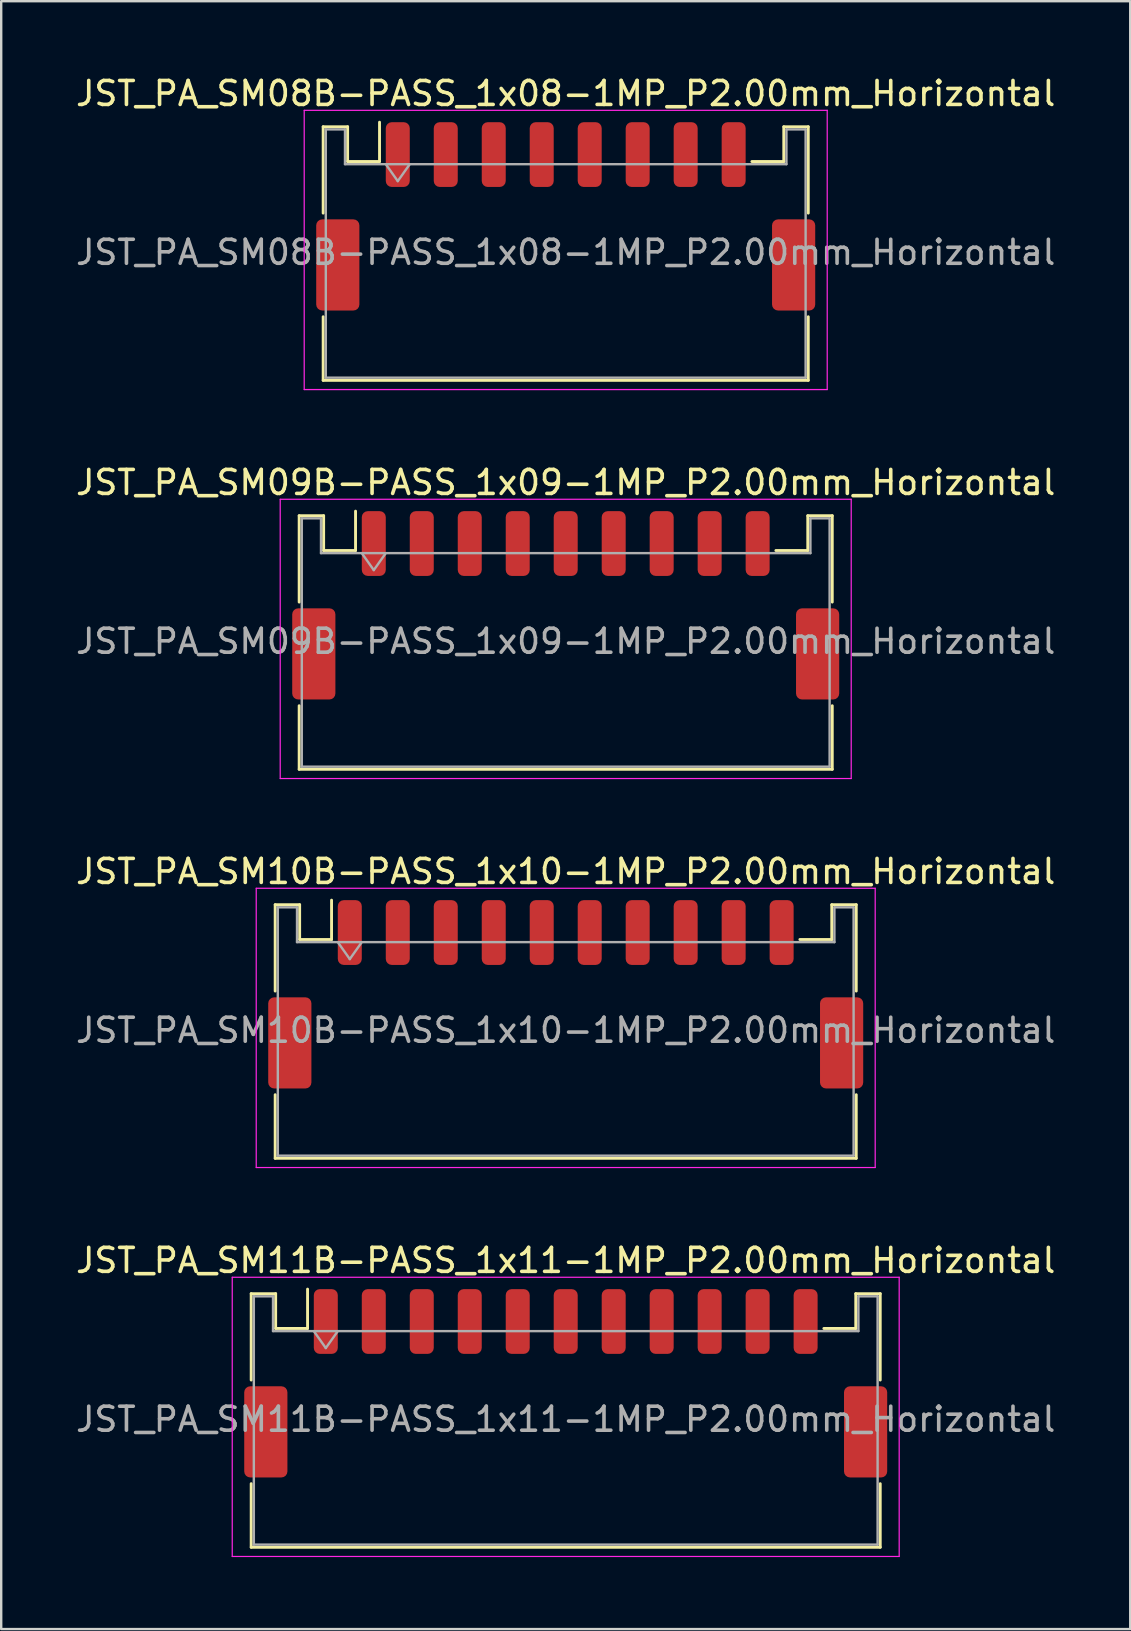
<source format=kicad_pcb>
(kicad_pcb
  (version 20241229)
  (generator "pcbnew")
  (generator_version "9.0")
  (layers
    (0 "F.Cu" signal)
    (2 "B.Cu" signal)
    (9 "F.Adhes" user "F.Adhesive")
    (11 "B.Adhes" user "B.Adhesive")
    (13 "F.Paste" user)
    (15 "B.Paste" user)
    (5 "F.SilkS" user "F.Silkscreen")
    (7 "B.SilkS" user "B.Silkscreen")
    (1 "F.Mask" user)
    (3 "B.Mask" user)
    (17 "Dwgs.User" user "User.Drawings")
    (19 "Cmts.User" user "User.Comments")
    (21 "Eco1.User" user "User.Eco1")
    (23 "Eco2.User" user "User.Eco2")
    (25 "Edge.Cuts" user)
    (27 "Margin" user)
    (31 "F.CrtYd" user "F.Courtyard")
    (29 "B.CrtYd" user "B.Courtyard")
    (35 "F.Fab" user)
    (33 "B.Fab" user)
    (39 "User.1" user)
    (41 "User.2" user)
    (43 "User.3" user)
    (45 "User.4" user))
  (footprint "JST_PA_SM08B-PASS_1x08-1MP_P2.00mm_Horizontal"
    (layer "F.Cu")
    (at 20.53 5.968)
    (property "Reference" "JST_PA_SM08B-PASS_1x08-1MP_P2.00mm_Horizontal" (at 0 -5.12 0) (layer "F.SilkS") (effects (font (size 1 1) (thickness 0.15))))
    (attr smd)
    (fp_line (start -10.11 -3.735) (end -9.09 -3.735) (stroke (width 0.12) (type solid)) (layer "F.SilkS"))
    (fp_line (start -10.11 -0.135) (end -10.11 -3.735) (stroke (width 0.12) (type solid)) (layer "F.SilkS"))
    (fp_line (start -10.11 4.185) (end -10.11 6.835) (stroke (width 0.12) (type solid)) (layer "F.SilkS"))
    (fp_line (start -10.11 6.835) (end 10.11 6.835) (stroke (width 0.12) (type solid)) (layer "F.SilkS"))
    (fp_line (start -9.09 -3.735) (end -9.09 -2.285) (stroke (width 0.12) (type solid)) (layer "F.SilkS"))
    (fp_line (start -9.09 -2.285) (end -7.76 -2.285) (stroke (width 0.12) (type solid)) (layer "F.SilkS"))
    (fp_line (start -7.76 -2.285) (end -7.76 -3.925) (stroke (width 0.12) (type solid)) (layer "F.SilkS"))
    (fp_line (start 9.09 -3.735) (end 9.09 -2.285) (stroke (width 0.12) (type solid)) (layer "F.SilkS"))
    (fp_line (start 9.09 -2.285) (end 7.76 -2.285) (stroke (width 0.12) (type solid)) (layer "F.SilkS"))
    (fp_line (start 10.11 -3.735) (end 9.09 -3.735) (stroke (width 0.12) (type solid)) (layer "F.SilkS"))
    (fp_line (start 10.11 -0.135) (end 10.11 -3.735) (stroke (width 0.12) (type solid)) (layer "F.SilkS"))
    (fp_line (start 10.11 6.835) (end 10.11 4.185) (stroke (width 0.12) (type solid)) (layer "F.SilkS"))
    (fp_line (start -10.9 -4.42) (end -10.9 7.22) (stroke (width 0.05) (type solid)) (layer "F.CrtYd"))
    (fp_line (start -10.9 7.22) (end 10.9 7.22) (stroke (width 0.05) (type solid)) (layer "F.CrtYd"))
    (fp_line (start 10.9 -4.42) (end -10.9 -4.42) (stroke (width 0.05) (type solid)) (layer "F.CrtYd"))
    (fp_line (start 10.9 7.22) (end 10.9 -4.42) (stroke (width 0.05) (type solid)) (layer "F.CrtYd"))
    (fp_line (start -10 -3.625) (end -10 6.725) (stroke (width 0.1) (type solid)) (layer "F.Fab"))
    (fp_line (start -10 -3.625) (end -9.2 -3.625) (stroke (width 0.1) (type solid)) (layer "F.Fab"))
    (fp_line (start -10 6.725) (end 10 6.725) (stroke (width 0.1) (type solid)) (layer "F.Fab"))
    (fp_line (start -9.2 -3.625) (end -9.2 -2.175) (stroke (width 0.1) (type solid)) (layer "F.Fab"))
    (fp_line (start -9.2 -2.175) (end 9.2 -2.175) (stroke (width 0.1) (type solid)) (layer "F.Fab"))
    (fp_line (start -7.5 -2.175) (end -7 -1.468) (stroke (width 0.1) (type solid)) (layer "F.Fab"))
    (fp_line (start -7 -1.468) (end -6.5 -2.175) (stroke (width 0.1) (type solid)) (layer "F.Fab"))
    (fp_line (start 9.2 -3.625) (end 10 -3.625) (stroke (width 0.1) (type solid)) (layer "F.Fab"))
    (fp_line (start 9.2 -2.175) (end 9.2 -3.625) (stroke (width 0.1) (type solid)) (layer "F.Fab"))
    (fp_line (start 10 -3.625) (end 10 6.725) (stroke (width 0.1) (type solid)) (layer "F.Fab"))
    (fp_text user "${REFERENCE}" (at 0 1.5 0) (layer "F.Fab") (effects (font (size 1 1) (thickness 0.15))))
    (pad "1" smd roundrect (at -7 -2.575) (size 1 2.7) (layers "F.Cu" "F.Mask" "F.Paste") (roundrect_rratio 0.25))
    (pad "2" smd roundrect (at -5 -2.575) (size 1 2.7) (layers "F.Cu" "F.Mask" "F.Paste") (roundrect_rratio 0.25))
    (pad "3" smd roundrect (at -3 -2.575) (size 1 2.7) (layers "F.Cu" "F.Mask" "F.Paste") (roundrect_rratio 0.25))
    (pad "4" smd roundrect (at -1 -2.575) (size 1 2.7) (layers "F.Cu" "F.Mask" "F.Paste") (roundrect_rratio 0.25))
    (pad "5" smd roundrect (at 1 -2.575) (size 1 2.7) (layers "F.Cu" "F.Mask" "F.Paste") (roundrect_rratio 0.25))
    (pad "6" smd roundrect (at 3 -2.575) (size 1 2.7) (layers "F.Cu" "F.Mask" "F.Paste") (roundrect_rratio 0.25))
    (pad "7" smd roundrect (at 5 -2.575) (size 1 2.7) (layers "F.Cu" "F.Mask" "F.Paste") (roundrect_rratio 0.25))
    (pad "8" smd roundrect (at 7 -2.575) (size 1 2.7) (layers "F.Cu" "F.Mask" "F.Paste") (roundrect_rratio 0.25))
    (pad "MP" smd roundrect (at -9.5 2.025) (size 1.8 3.8) (layers "F.Cu" "F.Mask" "F.Paste") (roundrect_rratio 0.139))
    (pad "MP" smd roundrect (at 9.5 2.025) (size 1.8 3.8) (layers "F.Cu" "F.Mask" "F.Paste") (roundrect_rratio 0.139)))
  (footprint "JST_PA_SM10B-PASS_1x10-1MP_P2.00mm_Horizontal"
    (layer "F.Cu")
    (at 20.53 38.395)
    (property "Reference" "JST_PA_SM10B-PASS_1x10-1MP_P2.00mm_Horizontal" (at 0 -5.12 0) (layer "F.SilkS") (effects (font (size 1 1) (thickness 0.15))))
    (attr smd)
    (fp_line (start -12.11 -3.735) (end -11.09 -3.735) (stroke (width 0.12) (type solid)) (layer "F.SilkS"))
    (fp_line (start -12.11 -0.135) (end -12.11 -3.735) (stroke (width 0.12) (type solid)) (layer "F.SilkS"))
    (fp_line (start -12.11 4.185) (end -12.11 6.835) (stroke (width 0.12) (type solid)) (layer "F.SilkS"))
    (fp_line (start -12.11 6.835) (end 12.11 6.835) (stroke (width 0.12) (type solid)) (layer "F.SilkS"))
    (fp_line (start -11.09 -3.735) (end -11.09 -2.285) (stroke (width 0.12) (type solid)) (layer "F.SilkS"))
    (fp_line (start -11.09 -2.285) (end -9.76 -2.285) (stroke (width 0.12) (type solid)) (layer "F.SilkS"))
    (fp_line (start -9.76 -2.285) (end -9.76 -3.925) (stroke (width 0.12) (type solid)) (layer "F.SilkS"))
    (fp_line (start 11.09 -3.735) (end 11.09 -2.285) (stroke (width 0.12) (type solid)) (layer "F.SilkS"))
    (fp_line (start 11.09 -2.285) (end 9.76 -2.285) (stroke (width 0.12) (type solid)) (layer "F.SilkS"))
    (fp_line (start 12.11 -3.735) (end 11.09 -3.735) (stroke (width 0.12) (type solid)) (layer "F.SilkS"))
    (fp_line (start 12.11 -0.135) (end 12.11 -3.735) (stroke (width 0.12) (type solid)) (layer "F.SilkS"))
    (fp_line (start 12.11 6.835) (end 12.11 4.185) (stroke (width 0.12) (type solid)) (layer "F.SilkS"))
    (fp_line (start -12.9 -4.42) (end -12.9 7.22) (stroke (width 0.05) (type solid)) (layer "F.CrtYd"))
    (fp_line (start -12.9 7.22) (end 12.9 7.22) (stroke (width 0.05) (type solid)) (layer "F.CrtYd"))
    (fp_line (start 12.9 -4.42) (end -12.9 -4.42) (stroke (width 0.05) (type solid)) (layer "F.CrtYd"))
    (fp_line (start 12.9 7.22) (end 12.9 -4.42) (stroke (width 0.05) (type solid)) (layer "F.CrtYd"))
    (fp_line (start -12 -3.625) (end -12 6.725) (stroke (width 0.1) (type solid)) (layer "F.Fab"))
    (fp_line (start -12 -3.625) (end -11.2 -3.625) (stroke (width 0.1) (type solid)) (layer "F.Fab"))
    (fp_line (start -12 6.725) (end 12 6.725) (stroke (width 0.1) (type solid)) (layer "F.Fab"))
    (fp_line (start -11.2 -3.625) (end -11.2 -2.175) (stroke (width 0.1) (type solid)) (layer "F.Fab"))
    (fp_line (start -11.2 -2.175) (end 11.2 -2.175) (stroke (width 0.1) (type solid)) (layer "F.Fab"))
    (fp_line (start -9.5 -2.175) (end -9 -1.468) (stroke (width 0.1) (type solid)) (layer "F.Fab"))
    (fp_line (start -9 -1.468) (end -8.5 -2.175) (stroke (width 0.1) (type solid)) (layer "F.Fab"))
    (fp_line (start 11.2 -3.625) (end 12 -3.625) (stroke (width 0.1) (type solid)) (layer "F.Fab"))
    (fp_line (start 11.2 -2.175) (end 11.2 -3.625) (stroke (width 0.1) (type solid)) (layer "F.Fab"))
    (fp_line (start 12 -3.625) (end 12 6.725) (stroke (width 0.1) (type solid)) (layer "F.Fab"))
    (fp_text user "${REFERENCE}" (at 0 1.5 0) (layer "F.Fab") (effects (font (size 1 1) (thickness 0.15))))
    (pad "1" smd roundrect (at -9 -2.575) (size 1 2.7) (layers "F.Cu" "F.Mask" "F.Paste") (roundrect_rratio 0.25))
    (pad "2" smd roundrect (at -7 -2.575) (size 1 2.7) (layers "F.Cu" "F.Mask" "F.Paste") (roundrect_rratio 0.25))
    (pad "3" smd roundrect (at -5 -2.575) (size 1 2.7) (layers "F.Cu" "F.Mask" "F.Paste") (roundrect_rratio 0.25))
    (pad "4" smd roundrect (at -3 -2.575) (size 1 2.7) (layers "F.Cu" "F.Mask" "F.Paste") (roundrect_rratio 0.25))
    (pad "5" smd roundrect (at -1 -2.575) (size 1 2.7) (layers "F.Cu" "F.Mask" "F.Paste") (roundrect_rratio 0.25))
    (pad "6" smd roundrect (at 1 -2.575) (size 1 2.7) (layers "F.Cu" "F.Mask" "F.Paste") (roundrect_rratio 0.25))
    (pad "7" smd roundrect (at 3 -2.575) (size 1 2.7) (layers "F.Cu" "F.Mask" "F.Paste") (roundrect_rratio 0.25))
    (pad "8" smd roundrect (at 5 -2.575) (size 1 2.7) (layers "F.Cu" "F.Mask" "F.Paste") (roundrect_rratio 0.25))
    (pad "9" smd roundrect (at 7 -2.575) (size 1 2.7) (layers "F.Cu" "F.Mask" "F.Paste") (roundrect_rratio 0.25))
    (pad "10" smd roundrect (at 9 -2.575) (size 1 2.7) (layers "F.Cu" "F.Mask" "F.Paste") (roundrect_rratio 0.25))
    (pad "MP" smd roundrect (at -11.5 2.025) (size 1.8 3.8) (layers "F.Cu" "F.Mask" "F.Paste") (roundrect_rratio 0.139))
    (pad "MP" smd roundrect (at 11.5 2.025) (size 1.8 3.8) (layers "F.Cu" "F.Mask" "F.Paste") (roundrect_rratio 0.139)))
  (footprint "JST_PA_SM11B-PASS_1x11-1MP_P2.00mm_Horizontal"
    (layer "F.Cu")
    (at 20.53 54.608)
    (property "Reference" "JST_PA_SM11B-PASS_1x11-1MP_P2.00mm_Horizontal" (at 0 -5.12 0) (layer "F.SilkS") (effects (font (size 1 1) (thickness 0.15))))
    (attr smd)
    (fp_line (start -13.11 -3.735) (end -12.09 -3.735) (stroke (width 0.12) (type solid)) (layer "F.SilkS"))
    (fp_line (start -13.11 -0.135) (end -13.11 -3.735) (stroke (width 0.12) (type solid)) (layer "F.SilkS"))
    (fp_line (start -13.11 4.185) (end -13.11 6.835) (stroke (width 0.12) (type solid)) (layer "F.SilkS"))
    (fp_line (start -13.11 6.835) (end 13.11 6.835) (stroke (width 0.12) (type solid)) (layer "F.SilkS"))
    (fp_line (start -12.09 -3.735) (end -12.09 -2.285) (stroke (width 0.12) (type solid)) (layer "F.SilkS"))
    (fp_line (start -12.09 -2.285) (end -10.76 -2.285) (stroke (width 0.12) (type solid)) (layer "F.SilkS"))
    (fp_line (start -10.76 -2.285) (end -10.76 -3.925) (stroke (width 0.12) (type solid)) (layer "F.SilkS"))
    (fp_line (start 12.09 -3.735) (end 12.09 -2.285) (stroke (width 0.12) (type solid)) (layer "F.SilkS"))
    (fp_line (start 12.09 -2.285) (end 10.76 -2.285) (stroke (width 0.12) (type solid)) (layer "F.SilkS"))
    (fp_line (start 13.11 -3.735) (end 12.09 -3.735) (stroke (width 0.12) (type solid)) (layer "F.SilkS"))
    (fp_line (start 13.11 -0.135) (end 13.11 -3.735) (stroke (width 0.12) (type solid)) (layer "F.SilkS"))
    (fp_line (start 13.11 6.835) (end 13.11 4.185) (stroke (width 0.12) (type solid)) (layer "F.SilkS"))
    (fp_line (start -13.9 -4.42) (end -13.9 7.22) (stroke (width 0.05) (type solid)) (layer "F.CrtYd"))
    (fp_line (start -13.9 7.22) (end 13.9 7.22) (stroke (width 0.05) (type solid)) (layer "F.CrtYd"))
    (fp_line (start 13.9 -4.42) (end -13.9 -4.42) (stroke (width 0.05) (type solid)) (layer "F.CrtYd"))
    (fp_line (start 13.9 7.22) (end 13.9 -4.42) (stroke (width 0.05) (type solid)) (layer "F.CrtYd"))
    (fp_line (start -13 -3.625) (end -13 6.725) (stroke (width 0.1) (type solid)) (layer "F.Fab"))
    (fp_line (start -13 -3.625) (end -12.2 -3.625) (stroke (width 0.1) (type solid)) (layer "F.Fab"))
    (fp_line (start -13 6.725) (end 13 6.725) (stroke (width 0.1) (type solid)) (layer "F.Fab"))
    (fp_line (start -12.2 -3.625) (end -12.2 -2.175) (stroke (width 0.1) (type solid)) (layer "F.Fab"))
    (fp_line (start -12.2 -2.175) (end 12.2 -2.175) (stroke (width 0.1) (type solid)) (layer "F.Fab"))
    (fp_line (start -10.5 -2.175) (end -10 -1.468) (stroke (width 0.1) (type solid)) (layer "F.Fab"))
    (fp_line (start -10 -1.468) (end -9.5 -2.175) (stroke (width 0.1) (type solid)) (layer "F.Fab"))
    (fp_line (start 12.2 -3.625) (end 13 -3.625) (stroke (width 0.1) (type solid)) (layer "F.Fab"))
    (fp_line (start 12.2 -2.175) (end 12.2 -3.625) (stroke (width 0.1) (type solid)) (layer "F.Fab"))
    (fp_line (start 13 -3.625) (end 13 6.725) (stroke (width 0.1) (type solid)) (layer "F.Fab"))
    (fp_text user "${REFERENCE}" (at 0 1.5 0) (layer "F.Fab") (effects (font (size 1 1) (thickness 0.15))))
    (pad "1" smd roundrect (at -10 -2.575) (size 1 2.7) (layers "F.Cu" "F.Mask" "F.Paste") (roundrect_rratio 0.25))
    (pad "2" smd roundrect (at -8 -2.575) (size 1 2.7) (layers "F.Cu" "F.Mask" "F.Paste") (roundrect_rratio 0.25))
    (pad "3" smd roundrect (at -6 -2.575) (size 1 2.7) (layers "F.Cu" "F.Mask" "F.Paste") (roundrect_rratio 0.25))
    (pad "4" smd roundrect (at -4 -2.575) (size 1 2.7) (layers "F.Cu" "F.Mask" "F.Paste") (roundrect_rratio 0.25))
    (pad "5" smd roundrect (at -2 -2.575) (size 1 2.7) (layers "F.Cu" "F.Mask" "F.Paste") (roundrect_rratio 0.25))
    (pad "6" smd roundrect (at 0 -2.575) (size 1 2.7) (layers "F.Cu" "F.Mask" "F.Paste") (roundrect_rratio 0.25))
    (pad "7" smd roundrect (at 2 -2.575) (size 1 2.7) (layers "F.Cu" "F.Mask" "F.Paste") (roundrect_rratio 0.25))
    (pad "8" smd roundrect (at 4 -2.575) (size 1 2.7) (layers "F.Cu" "F.Mask" "F.Paste") (roundrect_rratio 0.25))
    (pad "9" smd roundrect (at 6 -2.575) (size 1 2.7) (layers "F.Cu" "F.Mask" "F.Paste") (roundrect_rratio 0.25))
    (pad "10" smd roundrect (at 8 -2.575) (size 1 2.7) (layers "F.Cu" "F.Mask" "F.Paste") (roundrect_rratio 0.25))
    (pad "11" smd roundrect (at 10 -2.575) (size 1 2.7) (layers "F.Cu" "F.Mask" "F.Paste") (roundrect_rratio 0.25))
    (pad "MP" smd roundrect (at -12.5 2.025) (size 1.8 3.8) (layers "F.Cu" "F.Mask" "F.Paste") (roundrect_rratio 0.139))
    (pad "MP" smd roundrect (at 12.5 2.025) (size 1.8 3.8) (layers "F.Cu" "F.Mask" "F.Paste") (roundrect_rratio 0.139)))
  (footprint "JST_PA_SM09B-PASS_1x09-1MP_P2.00mm_Horizontal"
    (layer "F.Cu")
    (at 20.53 22.181)
    (property "Reference" "JST_PA_SM09B-PASS_1x09-1MP_P2.00mm_Horizontal" (at 0 -5.12 0) (layer "F.SilkS") (effects (font (size 1 1) (thickness 0.15))))
    (attr smd)
    (fp_line (start -11.11 -3.735) (end -10.09 -3.735) (stroke (width 0.12) (type solid)) (layer "F.SilkS"))
    (fp_line (start -11.11 -0.135) (end -11.11 -3.735) (stroke (width 0.12) (type solid)) (layer "F.SilkS"))
    (fp_line (start -11.11 4.185) (end -11.11 6.835) (stroke (width 0.12) (type solid)) (layer "F.SilkS"))
    (fp_line (start -11.11 6.835) (end 11.11 6.835) (stroke (width 0.12) (type solid)) (layer "F.SilkS"))
    (fp_line (start -10.09 -3.735) (end -10.09 -2.285) (stroke (width 0.12) (type solid)) (layer "F.SilkS"))
    (fp_line (start -10.09 -2.285) (end -8.76 -2.285) (stroke (width 0.12) (type solid)) (layer "F.SilkS"))
    (fp_line (start -8.76 -2.285) (end -8.76 -3.925) (stroke (width 0.12) (type solid)) (layer "F.SilkS"))
    (fp_line (start 10.09 -3.735) (end 10.09 -2.285) (stroke (width 0.12) (type solid)) (layer "F.SilkS"))
    (fp_line (start 10.09 -2.285) (end 8.76 -2.285) (stroke (width 0.12) (type solid)) (layer "F.SilkS"))
    (fp_line (start 11.11 -3.735) (end 10.09 -3.735) (stroke (width 0.12) (type solid)) (layer "F.SilkS"))
    (fp_line (start 11.11 -0.135) (end 11.11 -3.735) (stroke (width 0.12) (type solid)) (layer "F.SilkS"))
    (fp_line (start 11.11 6.835) (end 11.11 4.185) (stroke (width 0.12) (type solid)) (layer "F.SilkS"))
    (fp_line (start -11.9 -4.42) (end -11.9 7.22) (stroke (width 0.05) (type solid)) (layer "F.CrtYd"))
    (fp_line (start -11.9 7.22) (end 11.9 7.22) (stroke (width 0.05) (type solid)) (layer "F.CrtYd"))
    (fp_line (start 11.9 -4.42) (end -11.9 -4.42) (stroke (width 0.05) (type solid)) (layer "F.CrtYd"))
    (fp_line (start 11.9 7.22) (end 11.9 -4.42) (stroke (width 0.05) (type solid)) (layer "F.CrtYd"))
    (fp_line (start -11 -3.625) (end -11 6.725) (stroke (width 0.1) (type solid)) (layer "F.Fab"))
    (fp_line (start -11 -3.625) (end -10.2 -3.625) (stroke (width 0.1) (type solid)) (layer "F.Fab"))
    (fp_line (start -11 6.725) (end 11 6.725) (stroke (width 0.1) (type solid)) (layer "F.Fab"))
    (fp_line (start -10.2 -3.625) (end -10.2 -2.175) (stroke (width 0.1) (type solid)) (layer "F.Fab"))
    (fp_line (start -10.2 -2.175) (end 10.2 -2.175) (stroke (width 0.1) (type solid)) (layer "F.Fab"))
    (fp_line (start -8.5 -2.175) (end -8 -1.468) (stroke (width 0.1) (type solid)) (layer "F.Fab"))
    (fp_line (start -8 -1.468) (end -7.5 -2.175) (stroke (width 0.1) (type solid)) (layer "F.Fab"))
    (fp_line (start 10.2 -3.625) (end 11 -3.625) (stroke (width 0.1) (type solid)) (layer "F.Fab"))
    (fp_line (start 10.2 -2.175) (end 10.2 -3.625) (stroke (width 0.1) (type solid)) (layer "F.Fab"))
    (fp_line (start 11 -3.625) (end 11 6.725) (stroke (width 0.1) (type solid)) (layer "F.Fab"))
    (fp_text user "${REFERENCE}" (at 0 1.5 0) (layer "F.Fab") (effects (font (size 1 1) (thickness 0.15))))
    (pad "1" smd roundrect (at -8 -2.575) (size 1 2.7) (layers "F.Cu" "F.Mask" "F.Paste") (roundrect_rratio 0.25))
    (pad "2" smd roundrect (at -6 -2.575) (size 1 2.7) (layers "F.Cu" "F.Mask" "F.Paste") (roundrect_rratio 0.25))
    (pad "3" smd roundrect (at -4 -2.575) (size 1 2.7) (layers "F.Cu" "F.Mask" "F.Paste") (roundrect_rratio 0.25))
    (pad "4" smd roundrect (at -2 -2.575) (size 1 2.7) (layers "F.Cu" "F.Mask" "F.Paste") (roundrect_rratio 0.25))
    (pad "5" smd roundrect (at 0 -2.575) (size 1 2.7) (layers "F.Cu" "F.Mask" "F.Paste") (roundrect_rratio 0.25))
    (pad "6" smd roundrect (at 2 -2.575) (size 1 2.7) (layers "F.Cu" "F.Mask" "F.Paste") (roundrect_rratio 0.25))
    (pad "7" smd roundrect (at 4 -2.575) (size 1 2.7) (layers "F.Cu" "F.Mask" "F.Paste") (roundrect_rratio 0.25))
    (pad "8" smd roundrect (at 6 -2.575) (size 1 2.7) (layers "F.Cu" "F.Mask" "F.Paste") (roundrect_rratio 0.25))
    (pad "9" smd roundrect (at 8 -2.575) (size 1 2.7) (layers "F.Cu" "F.Mask" "F.Paste") (roundrect_rratio 0.25))
    (pad "MP" smd roundrect (at -10.5 2.025) (size 1.8 3.8) (layers "F.Cu" "F.Mask" "F.Paste") (roundrect_rratio 0.139))
    (pad "MP" smd roundrect (at 10.5 2.025) (size 1.8 3.8) (layers "F.Cu" "F.Mask" "F.Paste") (roundrect_rratio 0.139)))
  (gr_rect
    (start -3 -3)
    (end 44.06 64.853)
    (stroke (width 0.1) (type default))
    (fill no)
    (layer "Edge.Cuts")))
</source>
